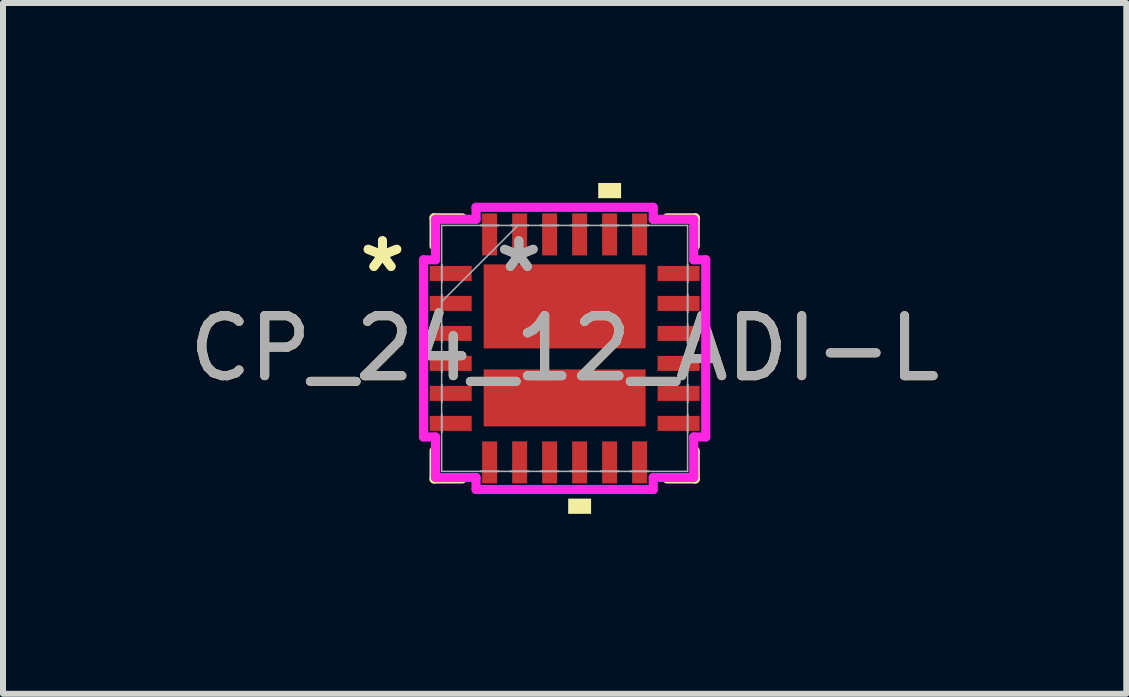
<source format=kicad_pcb>
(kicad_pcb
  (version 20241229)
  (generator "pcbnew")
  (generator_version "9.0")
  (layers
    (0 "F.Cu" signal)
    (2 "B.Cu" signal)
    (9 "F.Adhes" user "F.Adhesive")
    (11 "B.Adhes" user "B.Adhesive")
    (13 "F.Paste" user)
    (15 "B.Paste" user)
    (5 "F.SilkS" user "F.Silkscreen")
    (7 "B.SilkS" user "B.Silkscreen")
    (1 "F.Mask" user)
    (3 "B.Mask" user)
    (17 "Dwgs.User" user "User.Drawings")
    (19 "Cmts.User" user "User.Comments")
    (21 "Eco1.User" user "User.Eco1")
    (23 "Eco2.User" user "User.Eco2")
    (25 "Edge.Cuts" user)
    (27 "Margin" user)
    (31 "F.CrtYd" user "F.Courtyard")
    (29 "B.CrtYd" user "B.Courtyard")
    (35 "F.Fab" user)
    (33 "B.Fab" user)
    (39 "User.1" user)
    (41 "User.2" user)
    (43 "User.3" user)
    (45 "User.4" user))
  (footprint "CP_24_12_ADI-L"
    (layer "F.Cu")
    (at 6.363 2.758)
    (property "Reference" "CP_24_12_ADI-L" (at 0 0 0) (unlocked yes) (layer "F.SilkS") (effects (font (size 1 1) (thickness 0.15))))
    (attr smd)
    (fp_poly (pts (xy -1.35 -1.4) (xy 1.35 -1.4) (xy 1.35 0) (xy -1.35 0)) (stroke (width 0) (type solid)) (fill yes) (layer "F.Cu"))
    (fp_poly (pts (xy -1.35 0.35) (xy 1.35 0.35) (xy 1.35 1.3) (xy -1.35 1.3)) (stroke (width 0) (type solid)) (fill yes) (layer "F.Cu"))
    (fp_poly (pts (xy -1.35 -1.4) (xy 1.35 -1.4) (xy 1.35 0) (xy -1.35 0)) (stroke (width 0) (type solid)) (fill yes) (layer "F.Mask"))
    (fp_poly (pts (xy -1.35 0.35) (xy 1.35 0.35) (xy 1.35 1.3) (xy -1.35 1.3)) (stroke (width 0) (type solid)) (fill yes) (layer "F.Mask"))
    (fp_line (start -2.177 -2.177) (end -2.177 -1.708) (stroke (width 0.152) (type solid)) (layer "F.SilkS"))
    (fp_line (start -2.177 1.708) (end -2.177 2.177) (stroke (width 0.152) (type solid)) (layer "F.SilkS"))
    (fp_line (start -2.177 2.177) (end -1.708 2.177) (stroke (width 0.152) (type solid)) (layer "F.SilkS"))
    (fp_line (start -1.708 -2.177) (end -2.177 -2.177) (stroke (width 0.152) (type solid)) (layer "F.SilkS"))
    (fp_line (start 1.708 2.177) (end 2.177 2.177) (stroke (width 0.152) (type solid)) (layer "F.SilkS"))
    (fp_line (start 2.177 -2.177) (end 1.708 -2.177) (stroke (width 0.152) (type solid)) (layer "F.SilkS"))
    (fp_line (start 2.177 -1.708) (end 2.177 -2.177) (stroke (width 0.152) (type solid)) (layer "F.SilkS"))
    (fp_line (start 2.177 2.177) (end 2.177 1.708) (stroke (width 0.152) (type solid)) (layer "F.SilkS"))
    (fp_poly (pts (xy 0.059 2.504) (xy 0.059 2.758) (xy 0.441 2.758) (xy 0.441 2.504)) (stroke (width 0) (type solid)) (fill yes) (layer "F.SilkS"))
    (fp_poly (pts (xy 0.56 -2.504) (xy 0.56 -2.758) (xy 0.941 -2.758) (xy 0.941 -2.504)) (stroke (width 0) (type solid)) (fill yes) (layer "F.SilkS"))
    (fp_poly (pts (xy -1.35 -1.4) (xy 1.35 -1.4) (xy 1.35 0) (xy -1.35 0)) (stroke (width 0) (type solid)) (fill yes) (layer "F.Paste"))
    (fp_poly (pts (xy -1.35 0.35) (xy 1.35 0.35) (xy 1.35 1.3) (xy -1.35 1.3)) (stroke (width 0) (type solid)) (fill yes) (layer "F.Paste"))
    (fp_line (start -2.352 -1.477) (end -2.152 -1.477) (stroke (width 0.152) (type solid)) (layer "F.CrtYd"))
    (fp_line (start -2.352 1.477) (end -2.352 -1.477) (stroke (width 0.152) (type solid)) (layer "F.CrtYd"))
    (fp_line (start -2.152 -2.152) (end -1.477 -2.152) (stroke (width 0.152) (type solid)) (layer "F.CrtYd"))
    (fp_line (start -2.152 -1.477) (end -2.152 -2.152) (stroke (width 0.152) (type solid)) (layer "F.CrtYd"))
    (fp_line (start -2.152 1.477) (end -2.352 1.477) (stroke (width 0.152) (type solid)) (layer "F.CrtYd"))
    (fp_line (start -2.152 2.152) (end -2.152 1.477) (stroke (width 0.152) (type solid)) (layer "F.CrtYd"))
    (fp_line (start -1.477 -2.352) (end 1.477 -2.352) (stroke (width 0.152) (type solid)) (layer "F.CrtYd"))
    (fp_line (start -1.477 -2.152) (end -1.477 -2.352) (stroke (width 0.152) (type solid)) (layer "F.CrtYd"))
    (fp_line (start -1.477 2.152) (end -2.152 2.152) (stroke (width 0.152) (type solid)) (layer "F.CrtYd"))
    (fp_line (start -1.477 2.352) (end -1.477 2.152) (stroke (width 0.152) (type solid)) (layer "F.CrtYd"))
    (fp_line (start 1.477 -2.352) (end 1.477 -2.152) (stroke (width 0.152) (type solid)) (layer "F.CrtYd"))
    (fp_line (start 1.477 -2.152) (end 2.152 -2.152) (stroke (width 0.152) (type solid)) (layer "F.CrtYd"))
    (fp_line (start 1.477 2.152) (end 1.477 2.352) (stroke (width 0.152) (type solid)) (layer "F.CrtYd"))
    (fp_line (start 1.477 2.352) (end -1.477 2.352) (stroke (width 0.152) (type solid)) (layer "F.CrtYd"))
    (fp_line (start 2.152 -2.152) (end 2.152 -1.477) (stroke (width 0.152) (type solid)) (layer "F.CrtYd"))
    (fp_line (start 2.152 -1.477) (end 2.352 -1.477) (stroke (width 0.152) (type solid)) (layer "F.CrtYd"))
    (fp_line (start 2.152 1.477) (end 2.152 2.152) (stroke (width 0.152) (type solid)) (layer "F.CrtYd"))
    (fp_line (start 2.152 2.152) (end 1.477 2.152) (stroke (width 0.152) (type solid)) (layer "F.CrtYd"))
    (fp_line (start 2.352 -1.477) (end 2.352 1.477) (stroke (width 0.152) (type solid)) (layer "F.CrtYd"))
    (fp_line (start 2.352 1.477) (end 2.152 1.477) (stroke (width 0.152) (type solid)) (layer "F.CrtYd"))
    (fp_line (start -2.05 -2.05) (end -2.05 2.05) (stroke (width 0.025) (type solid)) (layer "F.Fab"))
    (fp_line (start -2.05 -1.4) (end -2.05 -1.4) (stroke (width 0.025) (type solid)) (layer "F.Fab"))
    (fp_line (start -2.05 -1.4) (end -2.05 -1.1) (stroke (width 0.025) (type solid)) (layer "F.Fab"))
    (fp_line (start -2.05 -1.1) (end -2.05 -1.4) (stroke (width 0.025) (type solid)) (layer "F.Fab"))
    (fp_line (start -2.05 -1.1) (end -2.05 -1.1) (stroke (width 0.025) (type solid)) (layer "F.Fab"))
    (fp_line (start -2.05 -0.9) (end -2.05 -0.9) (stroke (width 0.025) (type solid)) (layer "F.Fab"))
    (fp_line (start -2.05 -0.9) (end -2.05 -0.6) (stroke (width 0.025) (type solid)) (layer "F.Fab"))
    (fp_line (start -2.05 -0.78) (end -0.78 -2.05) (stroke (width 0.025) (type solid)) (layer "F.Fab"))
    (fp_line (start -2.05 -0.6) (end -2.05 -0.9) (stroke (width 0.025) (type solid)) (layer "F.Fab"))
    (fp_line (start -2.05 -0.6) (end -2.05 -0.6) (stroke (width 0.025) (type solid)) (layer "F.Fab"))
    (fp_line (start -2.05 -0.4) (end -2.05 -0.4) (stroke (width 0.025) (type solid)) (layer "F.Fab"))
    (fp_line (start -2.05 -0.4) (end -2.05 -0.1) (stroke (width 0.025) (type solid)) (layer "F.Fab"))
    (fp_line (start -2.05 -0.1) (end -2.05 -0.4) (stroke (width 0.025) (type solid)) (layer "F.Fab"))
    (fp_line (start -2.05 -0.1) (end -2.05 -0.1) (stroke (width 0.025) (type solid)) (layer "F.Fab"))
    (fp_line (start -2.05 0.1) (end -2.05 0.1) (stroke (width 0.025) (type solid)) (layer "F.Fab"))
    (fp_line (start -2.05 0.1) (end -2.05 0.4) (stroke (width 0.025) (type solid)) (layer "F.Fab"))
    (fp_line (start -2.05 0.4) (end -2.05 0.1) (stroke (width 0.025) (type solid)) (layer "F.Fab"))
    (fp_line (start -2.05 0.4) (end -2.05 0.4) (stroke (width 0.025) (type solid)) (layer "F.Fab"))
    (fp_line (start -2.05 0.6) (end -2.05 0.6) (stroke (width 0.025) (type solid)) (layer "F.Fab"))
    (fp_line (start -2.05 0.6) (end -2.05 0.9) (stroke (width 0.025) (type solid)) (layer "F.Fab"))
    (fp_line (start -2.05 0.9) (end -2.05 0.6) (stroke (width 0.025) (type solid)) (layer "F.Fab"))
    (fp_line (start -2.05 0.9) (end -2.05 0.9) (stroke (width 0.025) (type solid)) (layer "F.Fab"))
    (fp_line (start -2.05 1.1) (end -2.05 1.1) (stroke (width 0.025) (type solid)) (layer "F.Fab"))
    (fp_line (start -2.05 1.1) (end -2.05 1.4) (stroke (width 0.025) (type solid)) (layer "F.Fab"))
    (fp_line (start -2.05 1.4) (end -2.05 1.1) (stroke (width 0.025) (type solid)) (layer "F.Fab"))
    (fp_line (start -2.05 1.4) (end -2.05 1.4) (stroke (width 0.025) (type solid)) (layer "F.Fab"))
    (fp_line (start -2.05 2.05) (end 2.05 2.05) (stroke (width 0.025) (type solid)) (layer "F.Fab"))
    (fp_line (start -1.4 -2.05) (end -1.4 -2.05) (stroke (width 0.025) (type solid)) (layer "F.Fab"))
    (fp_line (start -1.4 -2.05) (end -1.1 -2.05) (stroke (width 0.025) (type solid)) (layer "F.Fab"))
    (fp_line (start -1.4 2.05) (end -1.4 2.05) (stroke (width 0.025) (type solid)) (layer "F.Fab"))
    (fp_line (start -1.4 2.05) (end -1.1 2.05) (stroke (width 0.025) (type solid)) (layer "F.Fab"))
    (fp_line (start -1.1 -2.05) (end -1.4 -2.05) (stroke (width 0.025) (type solid)) (layer "F.Fab"))
    (fp_line (start -1.1 -2.05) (end -1.1 -2.05) (stroke (width 0.025) (type solid)) (layer "F.Fab"))
    (fp_line (start -1.1 2.05) (end -1.4 2.05) (stroke (width 0.025) (type solid)) (layer "F.Fab"))
    (fp_line (start -1.1 2.05) (end -1.1 2.05) (stroke (width 0.025) (type solid)) (layer "F.Fab"))
    (fp_line (start -0.9 -2.05) (end -0.9 -2.05) (stroke (width 0.025) (type solid)) (layer "F.Fab"))
    (fp_line (start -0.9 -2.05) (end -0.6 -2.05) (stroke (width 0.025) (type solid)) (layer "F.Fab"))
    (fp_line (start -0.9 2.05) (end -0.9 2.05) (stroke (width 0.025) (type solid)) (layer "F.Fab"))
    (fp_line (start -0.9 2.05) (end -0.6 2.05) (stroke (width 0.025) (type solid)) (layer "F.Fab"))
    (fp_line (start -0.6 -2.05) (end -0.9 -2.05) (stroke (width 0.025) (type solid)) (layer "F.Fab"))
    (fp_line (start -0.6 -2.05) (end -0.6 -2.05) (stroke (width 0.025) (type solid)) (layer "F.Fab"))
    (fp_line (start -0.6 2.05) (end -0.9 2.05) (stroke (width 0.025) (type solid)) (layer "F.Fab"))
    (fp_line (start -0.6 2.05) (end -0.6 2.05) (stroke (width 0.025) (type solid)) (layer "F.Fab"))
    (fp_line (start -0.4 -2.05) (end -0.4 -2.05) (stroke (width 0.025) (type solid)) (layer "F.Fab"))
    (fp_line (start -0.4 -2.05) (end -0.1 -2.05) (stroke (width 0.025) (type solid)) (layer "F.Fab"))
    (fp_line (start -0.4 2.05) (end -0.4 2.05) (stroke (width 0.025) (type solid)) (layer "F.Fab"))
    (fp_line (start -0.4 2.05) (end -0.1 2.05) (stroke (width 0.025) (type solid)) (layer "F.Fab"))
    (fp_line (start -0.1 -2.05) (end -0.4 -2.05) (stroke (width 0.025) (type solid)) (layer "F.Fab"))
    (fp_line (start -0.1 -2.05) (end -0.1 -2.05) (stroke (width 0.025) (type solid)) (layer "F.Fab"))
    (fp_line (start -0.1 2.05) (end -0.4 2.05) (stroke (width 0.025) (type solid)) (layer "F.Fab"))
    (fp_line (start -0.1 2.05) (end -0.1 2.05) (stroke (width 0.025) (type solid)) (layer "F.Fab"))
    (fp_line (start 0.1 -2.05) (end 0.1 -2.05) (stroke (width 0.025) (type solid)) (layer "F.Fab"))
    (fp_line (start 0.1 -2.05) (end 0.4 -2.05) (stroke (width 0.025) (type solid)) (layer "F.Fab"))
    (fp_line (start 0.1 2.05) (end 0.1 2.05) (stroke (width 0.025) (type solid)) (layer "F.Fab"))
    (fp_line (start 0.1 2.05) (end 0.4 2.05) (stroke (width 0.025) (type solid)) (layer "F.Fab"))
    (fp_line (start 0.4 -2.05) (end 0.1 -2.05) (stroke (width 0.025) (type solid)) (layer "F.Fab"))
    (fp_line (start 0.4 -2.05) (end 0.4 -2.05) (stroke (width 0.025) (type solid)) (layer "F.Fab"))
    (fp_line (start 0.4 2.05) (end 0.1 2.05) (stroke (width 0.025) (type solid)) (layer "F.Fab"))
    (fp_line (start 0.4 2.05) (end 0.4 2.05) (stroke (width 0.025) (type solid)) (layer "F.Fab"))
    (fp_line (start 0.6 -2.05) (end 0.6 -2.05) (stroke (width 0.025) (type solid)) (layer "F.Fab"))
    (fp_line (start 0.6 -2.05) (end 0.9 -2.05) (stroke (width 0.025) (type solid)) (layer "F.Fab"))
    (fp_line (start 0.6 2.05) (end 0.6 2.05) (stroke (width 0.025) (type solid)) (layer "F.Fab"))
    (fp_line (start 0.6 2.05) (end 0.9 2.05) (stroke (width 0.025) (type solid)) (layer "F.Fab"))
    (fp_line (start 0.9 -2.05) (end 0.6 -2.05) (stroke (width 0.025) (type solid)) (layer "F.Fab"))
    (fp_line (start 0.9 -2.05) (end 0.9 -2.05) (stroke (width 0.025) (type solid)) (layer "F.Fab"))
    (fp_line (start 0.9 2.05) (end 0.6 2.05) (stroke (width 0.025) (type solid)) (layer "F.Fab"))
    (fp_line (start 0.9 2.05) (end 0.9 2.05) (stroke (width 0.025) (type solid)) (layer "F.Fab"))
    (fp_line (start 1.1 -2.05) (end 1.1 -2.05) (stroke (width 0.025) (type solid)) (layer "F.Fab"))
    (fp_line (start 1.1 -2.05) (end 1.4 -2.05) (stroke (width 0.025) (type solid)) (layer "F.Fab"))
    (fp_line (start 1.1 2.05) (end 1.1 2.05) (stroke (width 0.025) (type solid)) (layer "F.Fab"))
    (fp_line (start 1.1 2.05) (end 1.4 2.05) (stroke (width 0.025) (type solid)) (layer "F.Fab"))
    (fp_line (start 1.4 -2.05) (end 1.1 -2.05) (stroke (width 0.025) (type solid)) (layer "F.Fab"))
    (fp_line (start 1.4 -2.05) (end 1.4 -2.05) (stroke (width 0.025) (type solid)) (layer "F.Fab"))
    (fp_line (start 1.4 2.05) (end 1.1 2.05) (stroke (width 0.025) (type solid)) (layer "F.Fab"))
    (fp_line (start 1.4 2.05) (end 1.4 2.05) (stroke (width 0.025) (type solid)) (layer "F.Fab"))
    (fp_line (start 2.05 -2.05) (end -2.05 -2.05) (stroke (width 0.025) (type solid)) (layer "F.Fab"))
    (fp_line (start 2.05 -1.4) (end 2.05 -1.4) (stroke (width 0.025) (type solid)) (layer "F.Fab"))
    (fp_line (start 2.05 -1.4) (end 2.05 -1.1) (stroke (width 0.025) (type solid)) (layer "F.Fab"))
    (fp_line (start 2.05 -1.1) (end 2.05 -1.4) (stroke (width 0.025) (type solid)) (layer "F.Fab"))
    (fp_line (start 2.05 -1.1) (end 2.05 -1.1) (stroke (width 0.025) (type solid)) (layer "F.Fab"))
    (fp_line (start 2.05 -0.9) (end 2.05 -0.9) (stroke (width 0.025) (type solid)) (layer "F.Fab"))
    (fp_line (start 2.05 -0.9) (end 2.05 -0.6) (stroke (width 0.025) (type solid)) (layer "F.Fab"))
    (fp_line (start 2.05 -0.6) (end 2.05 -0.9) (stroke (width 0.025) (type solid)) (layer "F.Fab"))
    (fp_line (start 2.05 -0.6) (end 2.05 -0.6) (stroke (width 0.025) (type solid)) (layer "F.Fab"))
    (fp_line (start 2.05 -0.4) (end 2.05 -0.4) (stroke (width 0.025) (type solid)) (layer "F.Fab"))
    (fp_line (start 2.05 -0.4) (end 2.05 -0.1) (stroke (width 0.025) (type solid)) (layer "F.Fab"))
    (fp_line (start 2.05 -0.1) (end 2.05 -0.4) (stroke (width 0.025) (type solid)) (layer "F.Fab"))
    (fp_line (start 2.05 -0.1) (end 2.05 -0.1) (stroke (width 0.025) (type solid)) (layer "F.Fab"))
    (fp_line (start 2.05 0.1) (end 2.05 0.1) (stroke (width 0.025) (type solid)) (layer "F.Fab"))
    (fp_line (start 2.05 0.1) (end 2.05 0.4) (stroke (width 0.025) (type solid)) (layer "F.Fab"))
    (fp_line (start 2.05 0.4) (end 2.05 0.1) (stroke (width 0.025) (type solid)) (layer "F.Fab"))
    (fp_line (start 2.05 0.4) (end 2.05 0.4) (stroke (width 0.025) (type solid)) (layer "F.Fab"))
    (fp_line (start 2.05 0.6) (end 2.05 0.6) (stroke (width 0.025) (type solid)) (layer "F.Fab"))
    (fp_line (start 2.05 0.6) (end 2.05 0.9) (stroke (width 0.025) (type solid)) (layer "F.Fab"))
    (fp_line (start 2.05 0.9) (end 2.05 0.6) (stroke (width 0.025) (type solid)) (layer "F.Fab"))
    (fp_line (start 2.05 0.9) (end 2.05 0.9) (stroke (width 0.025) (type solid)) (layer "F.Fab"))
    (fp_line (start 2.05 1.1) (end 2.05 1.1) (stroke (width 0.025) (type solid)) (layer "F.Fab"))
    (fp_line (start 2.05 1.1) (end 2.05 1.4) (stroke (width 0.025) (type solid)) (layer "F.Fab"))
    (fp_line (start 2.05 1.4) (end 2.05 1.1) (stroke (width 0.025) (type solid)) (layer "F.Fab"))
    (fp_line (start 2.05 1.4) (end 2.05 1.4) (stroke (width 0.025) (type solid)) (layer "F.Fab"))
    (fp_line (start 2.05 2.05) (end 2.05 -2.05) (stroke (width 0.025) (type solid)) (layer "F.Fab"))
    (fp_text user "*" (at -3.037 -1.25 0) (layer "F.SilkS") (effects (font (size 1 1) (thickness 0.15))))
    (fp_text user "*" (at -3.037 -1.25 0) (unlocked yes) (layer "F.SilkS") (effects (font (size 1 1) (thickness 0.15))))
    (fp_text user "*" (at -0.763 -1.25 0) (unlocked yes) (layer "F.Fab") (effects (font (size 1 1) (thickness 0.15))))
    (fp_text user "${REFERENCE}" (at 0 0 0) (unlocked yes) (layer "F.Fab") (effects (font (size 1 1) (thickness 0.15))))
    (fp_text user "*" (at -0.763 -1.25 0) (layer "F.Fab") (effects (font (size 1 1) (thickness 0.15))))
    (pad "1" smd rect (at -1.9 -1.25 90) (size 0.25 0.7) (layers "F.Cu" "F.Mask" "F.Paste"))
    (pad "2" smd rect (at -1.9 -0.75 90) (size 0.25 0.7) (layers "F.Cu" "F.Mask" "F.Paste"))
    (pad "3" smd rect (at -1.9 -0.25 90) (size 0.25 0.7) (layers "F.Cu" "F.Mask" "F.Paste"))
    (pad "4" smd rect (at -1.9 0.25 90) (size 0.25 0.7) (layers "F.Cu" "F.Mask" "F.Paste"))
    (pad "5" smd rect (at -1.9 0.75 90) (size 0.25 0.7) (layers "F.Cu" "F.Mask" "F.Paste"))
    (pad "6" smd rect (at -1.9 1.25 90) (size 0.25 0.7) (layers "F.Cu" "F.Mask" "F.Paste"))
    (pad "7" smd rect (at -1.25 1.9) (size 0.25 0.7) (layers "F.Cu" "F.Mask" "F.Paste"))
    (pad "8" smd rect (at -0.75 1.9) (size 0.25 0.7) (layers "F.Cu" "F.Mask" "F.Paste"))
    (pad "9" smd rect (at -0.25 1.9) (size 0.25 0.7) (layers "F.Cu" "F.Mask" "F.Paste"))
    (pad "10" smd rect (at 0.25 1.9) (size 0.25 0.7) (layers "F.Cu" "F.Mask" "F.Paste"))
    (pad "11" smd rect (at 0.75 1.9) (size 0.25 0.7) (layers "F.Cu" "F.Mask" "F.Paste"))
    (pad "12" smd rect (at 1.25 1.9) (size 0.25 0.7) (layers "F.Cu" "F.Mask" "F.Paste"))
    (pad "13" smd rect (at 1.9 1.25 90) (size 0.25 0.7) (layers "F.Cu" "F.Mask" "F.Paste"))
    (pad "14" smd rect (at 1.9 0.75 90) (size 0.25 0.7) (layers "F.Cu" "F.Mask" "F.Paste"))
    (pad "15" smd rect (at 1.9 0.25 90) (size 0.25 0.7) (layers "F.Cu" "F.Mask" "F.Paste"))
    (pad "16" smd rect (at 1.9 -0.25 90) (size 0.25 0.7) (layers "F.Cu" "F.Mask" "F.Paste"))
    (pad "17" smd rect (at 1.9 -0.75 90) (size 0.25 0.7) (layers "F.Cu" "F.Mask" "F.Paste"))
    (pad "18" smd rect (at 1.9 -1.25 90) (size 0.25 0.7) (layers "F.Cu" "F.Mask" "F.Paste"))
    (pad "19" smd rect (at 1.25 -1.9) (size 0.25 0.7) (layers "F.Cu" "F.Mask" "F.Paste"))
    (pad "20" smd rect (at 0.75 -1.9) (size 0.25 0.7) (layers "F.Cu" "F.Mask" "F.Paste"))
    (pad "21" smd rect (at 0.25 -1.9) (size 0.25 0.7) (layers "F.Cu" "F.Mask" "F.Paste"))
    (pad "22" smd rect (at -0.25 -1.9) (size 0.25 0.7) (layers "F.Cu" "F.Mask" "F.Paste"))
    (pad "23" smd rect (at -0.75 -1.9) (size 0.25 0.7) (layers "F.Cu" "F.Mask" "F.Paste"))
    (pad "24" smd rect (at -1.25 -1.9) (size 0.25 0.7) (layers "F.Cu" "F.Mask" "F.Paste")))
  (gr_rect
    (start -3 -3)
    (end 15.726 8.516)
    (stroke (width 0.1) (type default))
    (fill no)
    (layer "Edge.Cuts")))
</source>
